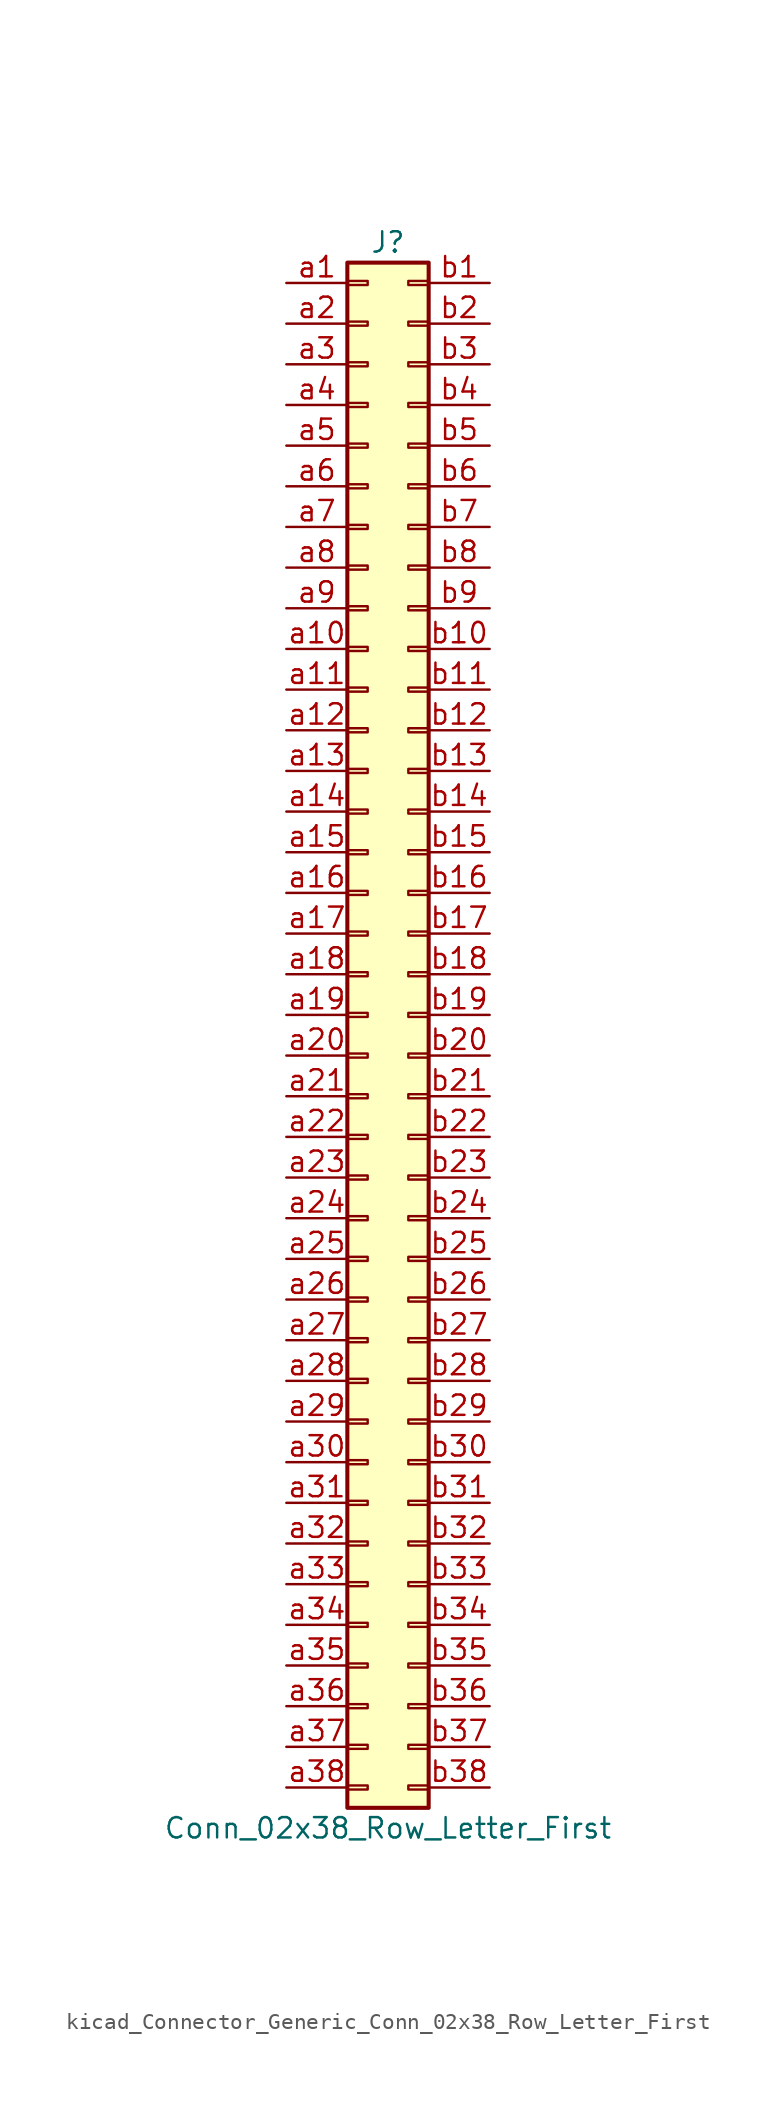
<source format=kicad_sym>
(kicad_symbol_lib
  (version 20220914)
  (generator kicad_symbol_editor)
  (symbol "kicad_Connector_Generic_Conn_02x38_Row_Letter_First"
    (pin_names
      (offset 1.016) hide)
    (property "Reference" "J"
      (at 1.27 48.26 0)
      (effects (font (size 1.27 1.27))))
    (property "Value" "Conn_02x38_Row_Letter_First"
      (at 1.27 -50.8 0)
      (effects (font (size 1.27 1.27))))
    (symbol "kicad_Connector_Generic_Conn_02x38_Row_Letter_First_1_1"
      (rectangle (start -1.27 -48.133) (end 0 -48.387) (stroke (width 0.152) (type default)) (fill (type none)))
      (rectangle (start -1.27 -45.593) (end 0 -45.847) (stroke (width 0.152) (type default)) (fill (type none)))
      (rectangle (start -1.27 -43.053) (end 0 -43.307) (stroke (width 0.152) (type default)) (fill (type none)))
      (rectangle (start -1.27 -40.513) (end 0 -40.767) (stroke (width 0.152) (type default)) (fill (type none)))
      (rectangle (start -1.27 -37.973) (end 0 -38.227) (stroke (width 0.152) (type default)) (fill (type none)))
      (rectangle (start -1.27 -35.433) (end 0 -35.687) (stroke (width 0.152) (type default)) (fill (type none)))
      (rectangle (start -1.27 -32.893) (end 0 -33.147) (stroke (width 0.152) (type default)) (fill (type none)))
      (rectangle (start -1.27 -30.353) (end 0 -30.607) (stroke (width 0.152) (type default)) (fill (type none)))
      (rectangle (start -1.27 -27.813) (end 0 -28.067) (stroke (width 0.152) (type default)) (fill (type none)))
      (rectangle (start -1.27 -25.273) (end 0 -25.527) (stroke (width 0.152) (type default)) (fill (type none)))
      (rectangle (start -1.27 -22.733) (end 0 -22.987) (stroke (width 0.152) (type default)) (fill (type none)))
      (rectangle (start -1.27 -20.193) (end 0 -20.447) (stroke (width 0.152) (type default)) (fill (type none)))
      (rectangle (start -1.27 -17.653) (end 0 -17.907) (stroke (width 0.152) (type default)) (fill (type none)))
      (rectangle (start -1.27 -15.113) (end 0 -15.367) (stroke (width 0.152) (type default)) (fill (type none)))
      (rectangle (start -1.27 -12.573) (end 0 -12.827) (stroke (width 0.152) (type default)) (fill (type none)))
      (rectangle (start -1.27 -10.033) (end 0 -10.287) (stroke (width 0.152) (type default)) (fill (type none)))
      (rectangle (start -1.27 -7.493) (end 0 -7.747) (stroke (width 0.152) (type default)) (fill (type none)))
      (rectangle (start -1.27 -4.953) (end 0 -5.207) (stroke (width 0.152) (type default)) (fill (type none)))
      (rectangle (start -1.27 -2.413) (end 0 -2.667) (stroke (width 0.152) (type default)) (fill (type none)))
      (rectangle (start -1.27 0.127) (end 0 -0.127) (stroke (width 0.152) (type default)) (fill (type none)))
      (rectangle (start -1.27 2.667) (end 0 2.413) (stroke (width 0.152) (type default)) (fill (type none)))
      (rectangle (start -1.27 5.207) (end 0 4.953) (stroke (width 0.152) (type default)) (fill (type none)))
      (rectangle (start -1.27 7.747) (end 0 7.493) (stroke (width 0.152) (type default)) (fill (type none)))
      (rectangle (start -1.27 10.287) (end 0 10.033) (stroke (width 0.152) (type default)) (fill (type none)))
      (rectangle (start -1.27 12.827) (end 0 12.573) (stroke (width 0.152) (type default)) (fill (type none)))
      (rectangle (start -1.27 15.367) (end 0 15.113) (stroke (width 0.152) (type default)) (fill (type none)))
      (rectangle (start -1.27 17.907) (end 0 17.653) (stroke (width 0.152) (type default)) (fill (type none)))
      (rectangle (start -1.27 20.447) (end 0 20.193) (stroke (width 0.152) (type default)) (fill (type none)))
      (rectangle (start -1.27 22.987) (end 0 22.733) (stroke (width 0.152) (type default)) (fill (type none)))
      (rectangle (start -1.27 25.527) (end 0 25.273) (stroke (width 0.152) (type default)) (fill (type none)))
      (rectangle (start -1.27 28.067) (end 0 27.813) (stroke (width 0.152) (type default)) (fill (type none)))
      (rectangle (start -1.27 30.607) (end 0 30.353) (stroke (width 0.152) (type default)) (fill (type none)))
      (rectangle (start -1.27 33.147) (end 0 32.893) (stroke (width 0.152) (type default)) (fill (type none)))
      (rectangle (start -1.27 35.687) (end 0 35.433) (stroke (width 0.152) (type default)) (fill (type none)))
      (rectangle (start -1.27 38.227) (end 0 37.973) (stroke (width 0.152) (type default)) (fill (type none)))
      (rectangle (start -1.27 40.767) (end 0 40.513) (stroke (width 0.152) (type default)) (fill (type none)))
      (rectangle (start -1.27 43.307) (end 0 43.053) (stroke (width 0.152) (type default)) (fill (type none)))
      (rectangle (start -1.27 45.847) (end 0 45.593) (stroke (width 0.152) (type default)) (fill (type none)))
      (rectangle (start -1.27 46.99) (end 3.81 -49.53) (stroke (width 0.254) (type default)) (fill (type background)))
      (rectangle (start 3.81 -48.133) (end 2.54 -48.387) (stroke (width 0.152) (type default)) (fill (type none)))
      (rectangle (start 3.81 -45.593) (end 2.54 -45.847) (stroke (width 0.152) (type default)) (fill (type none)))
      (rectangle (start 3.81 -43.053) (end 2.54 -43.307) (stroke (width 0.152) (type default)) (fill (type none)))
      (rectangle (start 3.81 -40.513) (end 2.54 -40.767) (stroke (width 0.152) (type default)) (fill (type none)))
      (rectangle (start 3.81 -37.973) (end 2.54 -38.227) (stroke (width 0.152) (type default)) (fill (type none)))
      (rectangle (start 3.81 -35.433) (end 2.54 -35.687) (stroke (width 0.152) (type default)) (fill (type none)))
      (rectangle (start 3.81 -32.893) (end 2.54 -33.147) (stroke (width 0.152) (type default)) (fill (type none)))
      (rectangle (start 3.81 -30.353) (end 2.54 -30.607) (stroke (width 0.152) (type default)) (fill (type none)))
      (rectangle (start 3.81 -27.813) (end 2.54 -28.067) (stroke (width 0.152) (type default)) (fill (type none)))
      (rectangle (start 3.81 -25.273) (end 2.54 -25.527) (stroke (width 0.152) (type default)) (fill (type none)))
      (rectangle (start 3.81 -22.733) (end 2.54 -22.987) (stroke (width 0.152) (type default)) (fill (type none)))
      (rectangle (start 3.81 -20.193) (end 2.54 -20.447) (stroke (width 0.152) (type default)) (fill (type none)))
      (rectangle (start 3.81 -17.653) (end 2.54 -17.907) (stroke (width 0.152) (type default)) (fill (type none)))
      (rectangle (start 3.81 -15.113) (end 2.54 -15.367) (stroke (width 0.152) (type default)) (fill (type none)))
      (rectangle (start 3.81 -12.573) (end 2.54 -12.827) (stroke (width 0.152) (type default)) (fill (type none)))
      (rectangle (start 3.81 -10.033) (end 2.54 -10.287) (stroke (width 0.152) (type default)) (fill (type none)))
      (rectangle (start 3.81 -7.493) (end 2.54 -7.747) (stroke (width 0.152) (type default)) (fill (type none)))
      (rectangle (start 3.81 -4.953) (end 2.54 -5.207) (stroke (width 0.152) (type default)) (fill (type none)))
      (rectangle (start 3.81 -2.413) (end 2.54 -2.667) (stroke (width 0.152) (type default)) (fill (type none)))
      (rectangle (start 3.81 0.127) (end 2.54 -0.127) (stroke (width 0.152) (type default)) (fill (type none)))
      (rectangle (start 3.81 2.667) (end 2.54 2.413) (stroke (width 0.152) (type default)) (fill (type none)))
      (rectangle (start 3.81 5.207) (end 2.54 4.953) (stroke (width 0.152) (type default)) (fill (type none)))
      (rectangle (start 3.81 7.747) (end 2.54 7.493) (stroke (width 0.152) (type default)) (fill (type none)))
      (rectangle (start 3.81 10.287) (end 2.54 10.033) (stroke (width 0.152) (type default)) (fill (type none)))
      (rectangle (start 3.81 12.827) (end 2.54 12.573) (stroke (width 0.152) (type default)) (fill (type none)))
      (rectangle (start 3.81 15.367) (end 2.54 15.113) (stroke (width 0.152) (type default)) (fill (type none)))
      (rectangle (start 3.81 17.907) (end 2.54 17.653) (stroke (width 0.152) (type default)) (fill (type none)))
      (rectangle (start 3.81 20.447) (end 2.54 20.193) (stroke (width 0.152) (type default)) (fill (type none)))
      (rectangle (start 3.81 22.987) (end 2.54 22.733) (stroke (width 0.152) (type default)) (fill (type none)))
      (rectangle (start 3.81 25.527) (end 2.54 25.273) (stroke (width 0.152) (type default)) (fill (type none)))
      (rectangle (start 3.81 28.067) (end 2.54 27.813) (stroke (width 0.152) (type default)) (fill (type none)))
      (rectangle (start 3.81 30.607) (end 2.54 30.353) (stroke (width 0.152) (type default)) (fill (type none)))
      (rectangle (start 3.81 33.147) (end 2.54 32.893) (stroke (width 0.152) (type default)) (fill (type none)))
      (rectangle (start 3.81 35.687) (end 2.54 35.433) (stroke (width 0.152) (type default)) (fill (type none)))
      (rectangle (start 3.81 38.227) (end 2.54 37.973) (stroke (width 0.152) (type default)) (fill (type none)))
      (rectangle (start 3.81 40.767) (end 2.54 40.513) (stroke (width 0.152) (type default)) (fill (type none)))
      (rectangle (start 3.81 43.307) (end 2.54 43.053) (stroke (width 0.152) (type default)) (fill (type none)))
      (rectangle (start 3.81 45.847) (end 2.54 45.593) (stroke (width 0.152) (type default)) (fill (type none)))
      (pin passive line (at -5.08 45.72 0) (length 3.81) (name "Pin_a1" (effects (font (size 1.27 1.27)))) (number "a1" (effects (font (size 1.27 1.27)))))
      (pin passive line (at -5.08 22.86 0) (length 3.81) (name "Pin_a10" (effects (font (size 1.27 1.27)))) (number "a10" (effects (font (size 1.27 1.27)))))
      (pin passive line (at -5.08 20.32 0) (length 3.81) (name "Pin_a11" (effects (font (size 1.27 1.27)))) (number "a11" (effects (font (size 1.27 1.27)))))
      (pin passive line (at -5.08 17.78 0) (length 3.81) (name "Pin_a12" (effects (font (size 1.27 1.27)))) (number "a12" (effects (font (size 1.27 1.27)))))
      (pin passive line (at -5.08 15.24 0) (length 3.81) (name "Pin_a13" (effects (font (size 1.27 1.27)))) (number "a13" (effects (font (size 1.27 1.27)))))
      (pin passive line (at -5.08 12.7 0) (length 3.81) (name "Pin_a14" (effects (font (size 1.27 1.27)))) (number "a14" (effects (font (size 1.27 1.27)))))
      (pin passive line (at -5.08 10.16 0) (length 3.81) (name "Pin_a15" (effects (font (size 1.27 1.27)))) (number "a15" (effects (font (size 1.27 1.27)))))
      (pin passive line (at -5.08 7.62 0) (length 3.81) (name "Pin_a16" (effects (font (size 1.27 1.27)))) (number "a16" (effects (font (size 1.27 1.27)))))
      (pin passive line (at -5.08 5.08 0) (length 3.81) (name "Pin_a17" (effects (font (size 1.27 1.27)))) (number "a17" (effects (font (size 1.27 1.27)))))
      (pin passive line (at -5.08 2.54 0) (length 3.81) (name "Pin_a18" (effects (font (size 1.27 1.27)))) (number "a18" (effects (font (size 1.27 1.27)))))
      (pin passive line (at -5.08 0 0) (length 3.81) (name "Pin_a19" (effects (font (size 1.27 1.27)))) (number "a19" (effects (font (size 1.27 1.27)))))
      (pin passive line (at -5.08 43.18 0) (length 3.81) (name "Pin_a2" (effects (font (size 1.27 1.27)))) (number "a2" (effects (font (size 1.27 1.27)))))
      (pin passive line (at -5.08 -2.54 0) (length 3.81) (name "Pin_a20" (effects (font (size 1.27 1.27)))) (number "a20" (effects (font (size 1.27 1.27)))))
      (pin passive line (at -5.08 -5.08 0) (length 3.81) (name "Pin_a21" (effects (font (size 1.27 1.27)))) (number "a21" (effects (font (size 1.27 1.27)))))
      (pin passive line (at -5.08 -7.62 0) (length 3.81) (name "Pin_a22" (effects (font (size 1.27 1.27)))) (number "a22" (effects (font (size 1.27 1.27)))))
      (pin passive line (at -5.08 -10.16 0) (length 3.81) (name "Pin_a23" (effects (font (size 1.27 1.27)))) (number "a23" (effects (font (size 1.27 1.27)))))
      (pin passive line (at -5.08 -12.7 0) (length 3.81) (name "Pin_a24" (effects (font (size 1.27 1.27)))) (number "a24" (effects (font (size 1.27 1.27)))))
      (pin passive line (at -5.08 -15.24 0) (length 3.81) (name "Pin_a25" (effects (font (size 1.27 1.27)))) (number "a25" (effects (font (size 1.27 1.27)))))
      (pin passive line (at -5.08 -17.78 0) (length 3.81) (name "Pin_a26" (effects (font (size 1.27 1.27)))) (number "a26" (effects (font (size 1.27 1.27)))))
      (pin passive line (at -5.08 -20.32 0) (length 3.81) (name "Pin_a27" (effects (font (size 1.27 1.27)))) (number "a27" (effects (font (size 1.27 1.27)))))
      (pin passive line (at -5.08 -22.86 0) (length 3.81) (name "Pin_a28" (effects (font (size 1.27 1.27)))) (number "a28" (effects (font (size 1.27 1.27)))))
      (pin passive line (at -5.08 -25.4 0) (length 3.81) (name "Pin_a29" (effects (font (size 1.27 1.27)))) (number "a29" (effects (font (size 1.27 1.27)))))
      (pin passive line (at -5.08 40.64 0) (length 3.81) (name "Pin_a3" (effects (font (size 1.27 1.27)))) (number "a3" (effects (font (size 1.27 1.27)))))
      (pin passive line (at -5.08 -27.94 0) (length 3.81) (name "Pin_a30" (effects (font (size 1.27 1.27)))) (number "a30" (effects (font (size 1.27 1.27)))))
      (pin passive line (at -5.08 -30.48 0) (length 3.81) (name "Pin_a31" (effects (font (size 1.27 1.27)))) (number "a31" (effects (font (size 1.27 1.27)))))
      (pin passive line (at -5.08 -33.02 0) (length 3.81) (name "Pin_a32" (effects (font (size 1.27 1.27)))) (number "a32" (effects (font (size 1.27 1.27)))))
      (pin passive line (at -5.08 -35.56 0) (length 3.81) (name "Pin_a33" (effects (font (size 1.27 1.27)))) (number "a33" (effects (font (size 1.27 1.27)))))
      (pin passive line (at -5.08 -38.1 0) (length 3.81) (name "Pin_a34" (effects (font (size 1.27 1.27)))) (number "a34" (effects (font (size 1.27 1.27)))))
      (pin passive line (at -5.08 -40.64 0) (length 3.81) (name "Pin_a35" (effects (font (size 1.27 1.27)))) (number "a35" (effects (font (size 1.27 1.27)))))
      (pin passive line (at -5.08 -43.18 0) (length 3.81) (name "Pin_a36" (effects (font (size 1.27 1.27)))) (number "a36" (effects (font (size 1.27 1.27)))))
      (pin passive line (at -5.08 -45.72 0) (length 3.81) (name "Pin_a37" (effects (font (size 1.27 1.27)))) (number "a37" (effects (font (size 1.27 1.27)))))
      (pin passive line (at -5.08 -48.26 0) (length 3.81) (name "Pin_a38" (effects (font (size 1.27 1.27)))) (number "a38" (effects (font (size 1.27 1.27)))))
      (pin passive line (at -5.08 38.1 0) (length 3.81) (name "Pin_a4" (effects (font (size 1.27 1.27)))) (number "a4" (effects (font (size 1.27 1.27)))))
      (pin passive line (at -5.08 35.56 0) (length 3.81) (name "Pin_a5" (effects (font (size 1.27 1.27)))) (number "a5" (effects (font (size 1.27 1.27)))))
      (pin passive line (at -5.08 33.02 0) (length 3.81) (name "Pin_a6" (effects (font (size 1.27 1.27)))) (number "a6" (effects (font (size 1.27 1.27)))))
      (pin passive line (at -5.08 30.48 0) (length 3.81) (name "Pin_a7" (effects (font (size 1.27 1.27)))) (number "a7" (effects (font (size 1.27 1.27)))))
      (pin passive line (at -5.08 27.94 0) (length 3.81) (name "Pin_a8" (effects (font (size 1.27 1.27)))) (number "a8" (effects (font (size 1.27 1.27)))))
      (pin passive line (at -5.08 25.4 0) (length 3.81) (name "Pin_a9" (effects (font (size 1.27 1.27)))) (number "a9" (effects (font (size 1.27 1.27)))))
      (pin passive line (at 7.62 45.72 180) (length 3.81) (name "Pin_b1" (effects (font (size 1.27 1.27)))) (number "b1" (effects (font (size 1.27 1.27)))))
      (pin passive line (at 7.62 22.86 180) (length 3.81) (name "Pin_b10" (effects (font (size 1.27 1.27)))) (number "b10" (effects (font (size 1.27 1.27)))))
      (pin passive line (at 7.62 20.32 180) (length 3.81) (name "Pin_b11" (effects (font (size 1.27 1.27)))) (number "b11" (effects (font (size 1.27 1.27)))))
      (pin passive line (at 7.62 17.78 180) (length 3.81) (name "Pin_b12" (effects (font (size 1.27 1.27)))) (number "b12" (effects (font (size 1.27 1.27)))))
      (pin passive line (at 7.62 15.24 180) (length 3.81) (name "Pin_b13" (effects (font (size 1.27 1.27)))) (number "b13" (effects (font (size 1.27 1.27)))))
      (pin passive line (at 7.62 12.7 180) (length 3.81) (name "Pin_b14" (effects (font (size 1.27 1.27)))) (number "b14" (effects (font (size 1.27 1.27)))))
      (pin passive line (at 7.62 10.16 180) (length 3.81) (name "Pin_b15" (effects (font (size 1.27 1.27)))) (number "b15" (effects (font (size 1.27 1.27)))))
      (pin passive line (at 7.62 7.62 180) (length 3.81) (name "Pin_b16" (effects (font (size 1.27 1.27)))) (number "b16" (effects (font (size 1.27 1.27)))))
      (pin passive line (at 7.62 5.08 180) (length 3.81) (name "Pin_b17" (effects (font (size 1.27 1.27)))) (number "b17" (effects (font (size 1.27 1.27)))))
      (pin passive line (at 7.62 2.54 180) (length 3.81) (name "Pin_b18" (effects (font (size 1.27 1.27)))) (number "b18" (effects (font (size 1.27 1.27)))))
      (pin passive line (at 7.62 0 180) (length 3.81) (name "Pin_b19" (effects (font (size 1.27 1.27)))) (number "b19" (effects (font (size 1.27 1.27)))))
      (pin passive line (at 7.62 43.18 180) (length 3.81) (name "Pin_b2" (effects (font (size 1.27 1.27)))) (number "b2" (effects (font (size 1.27 1.27)))))
      (pin passive line (at 7.62 -2.54 180) (length 3.81) (name "Pin_b20" (effects (font (size 1.27 1.27)))) (number "b20" (effects (font (size 1.27 1.27)))))
      (pin passive line (at 7.62 -5.08 180) (length 3.81) (name "Pin_b21" (effects (font (size 1.27 1.27)))) (number "b21" (effects (font (size 1.27 1.27)))))
      (pin passive line (at 7.62 -7.62 180) (length 3.81) (name "Pin_b22" (effects (font (size 1.27 1.27)))) (number "b22" (effects (font (size 1.27 1.27)))))
      (pin passive line (at 7.62 -10.16 180) (length 3.81) (name "Pin_b23" (effects (font (size 1.27 1.27)))) (number "b23" (effects (font (size 1.27 1.27)))))
      (pin passive line (at 7.62 -12.7 180) (length 3.81) (name "Pin_b24" (effects (font (size 1.27 1.27)))) (number "b24" (effects (font (size 1.27 1.27)))))
      (pin passive line (at 7.62 -15.24 180) (length 3.81) (name "Pin_b25" (effects (font (size 1.27 1.27)))) (number "b25" (effects (font (size 1.27 1.27)))))
      (pin passive line (at 7.62 -17.78 180) (length 3.81) (name "Pin_b26" (effects (font (size 1.27 1.27)))) (number "b26" (effects (font (size 1.27 1.27)))))
      (pin passive line (at 7.62 -20.32 180) (length 3.81) (name "Pin_b27" (effects (font (size 1.27 1.27)))) (number "b27" (effects (font (size 1.27 1.27)))))
      (pin passive line (at 7.62 -22.86 180) (length 3.81) (name "Pin_b28" (effects (font (size 1.27 1.27)))) (number "b28" (effects (font (size 1.27 1.27)))))
      (pin passive line (at 7.62 -25.4 180) (length 3.81) (name "Pin_b29" (effects (font (size 1.27 1.27)))) (number "b29" (effects (font (size 1.27 1.27)))))
      (pin passive line (at 7.62 40.64 180) (length 3.81) (name "Pin_b3" (effects (font (size 1.27 1.27)))) (number "b3" (effects (font (size 1.27 1.27)))))
      (pin passive line (at 7.62 -27.94 180) (length 3.81) (name "Pin_b30" (effects (font (size 1.27 1.27)))) (number "b30" (effects (font (size 1.27 1.27)))))
      (pin passive line (at 7.62 -30.48 180) (length 3.81) (name "Pin_b31" (effects (font (size 1.27 1.27)))) (number "b31" (effects (font (size 1.27 1.27)))))
      (pin passive line (at 7.62 -33.02 180) (length 3.81) (name "Pin_b32" (effects (font (size 1.27 1.27)))) (number "b32" (effects (font (size 1.27 1.27)))))
      (pin passive line (at 7.62 -35.56 180) (length 3.81) (name "Pin_b33" (effects (font (size 1.27 1.27)))) (number "b33" (effects (font (size 1.27 1.27)))))
      (pin passive line (at 7.62 -38.1 180) (length 3.81) (name "Pin_b34" (effects (font (size 1.27 1.27)))) (number "b34" (effects (font (size 1.27 1.27)))))
      (pin passive line (at 7.62 -40.64 180) (length 3.81) (name "Pin_b35" (effects (font (size 1.27 1.27)))) (number "b35" (effects (font (size 1.27 1.27)))))
      (pin passive line (at 7.62 -43.18 180) (length 3.81) (name "Pin_b36" (effects (font (size 1.27 1.27)))) (number "b36" (effects (font (size 1.27 1.27)))))
      (pin passive line (at 7.62 -45.72 180) (length 3.81) (name "Pin_b37" (effects (font (size 1.27 1.27)))) (number "b37" (effects (font (size 1.27 1.27)))))
      (pin passive line (at 7.62 -48.26 180) (length 3.81) (name "Pin_b38" (effects (font (size 1.27 1.27)))) (number "b38" (effects (font (size 1.27 1.27)))))
      (pin passive line (at 7.62 38.1 180) (length 3.81) (name "Pin_b4" (effects (font (size 1.27 1.27)))) (number "b4" (effects (font (size 1.27 1.27)))))
      (pin passive line (at 7.62 35.56 180) (length 3.81) (name "Pin_b5" (effects (font (size 1.27 1.27)))) (number "b5" (effects (font (size 1.27 1.27)))))
      (pin passive line (at 7.62 33.02 180) (length 3.81) (name "Pin_b6" (effects (font (size 1.27 1.27)))) (number "b6" (effects (font (size 1.27 1.27)))))
      (pin passive line (at 7.62 30.48 180) (length 3.81) (name "Pin_b7" (effects (font (size 1.27 1.27)))) (number "b7" (effects (font (size 1.27 1.27)))))
      (pin passive line (at 7.62 27.94 180) (length 3.81) (name "Pin_b8" (effects (font (size 1.27 1.27)))) (number "b8" (effects (font (size 1.27 1.27)))))
      (pin passive line (at 7.62 25.4 180) (length 3.81) (name "Pin_b9" (effects (font (size 1.27 1.27)))) (number "b9" (effects (font (size 1.27 1.27))))))))
</source>
